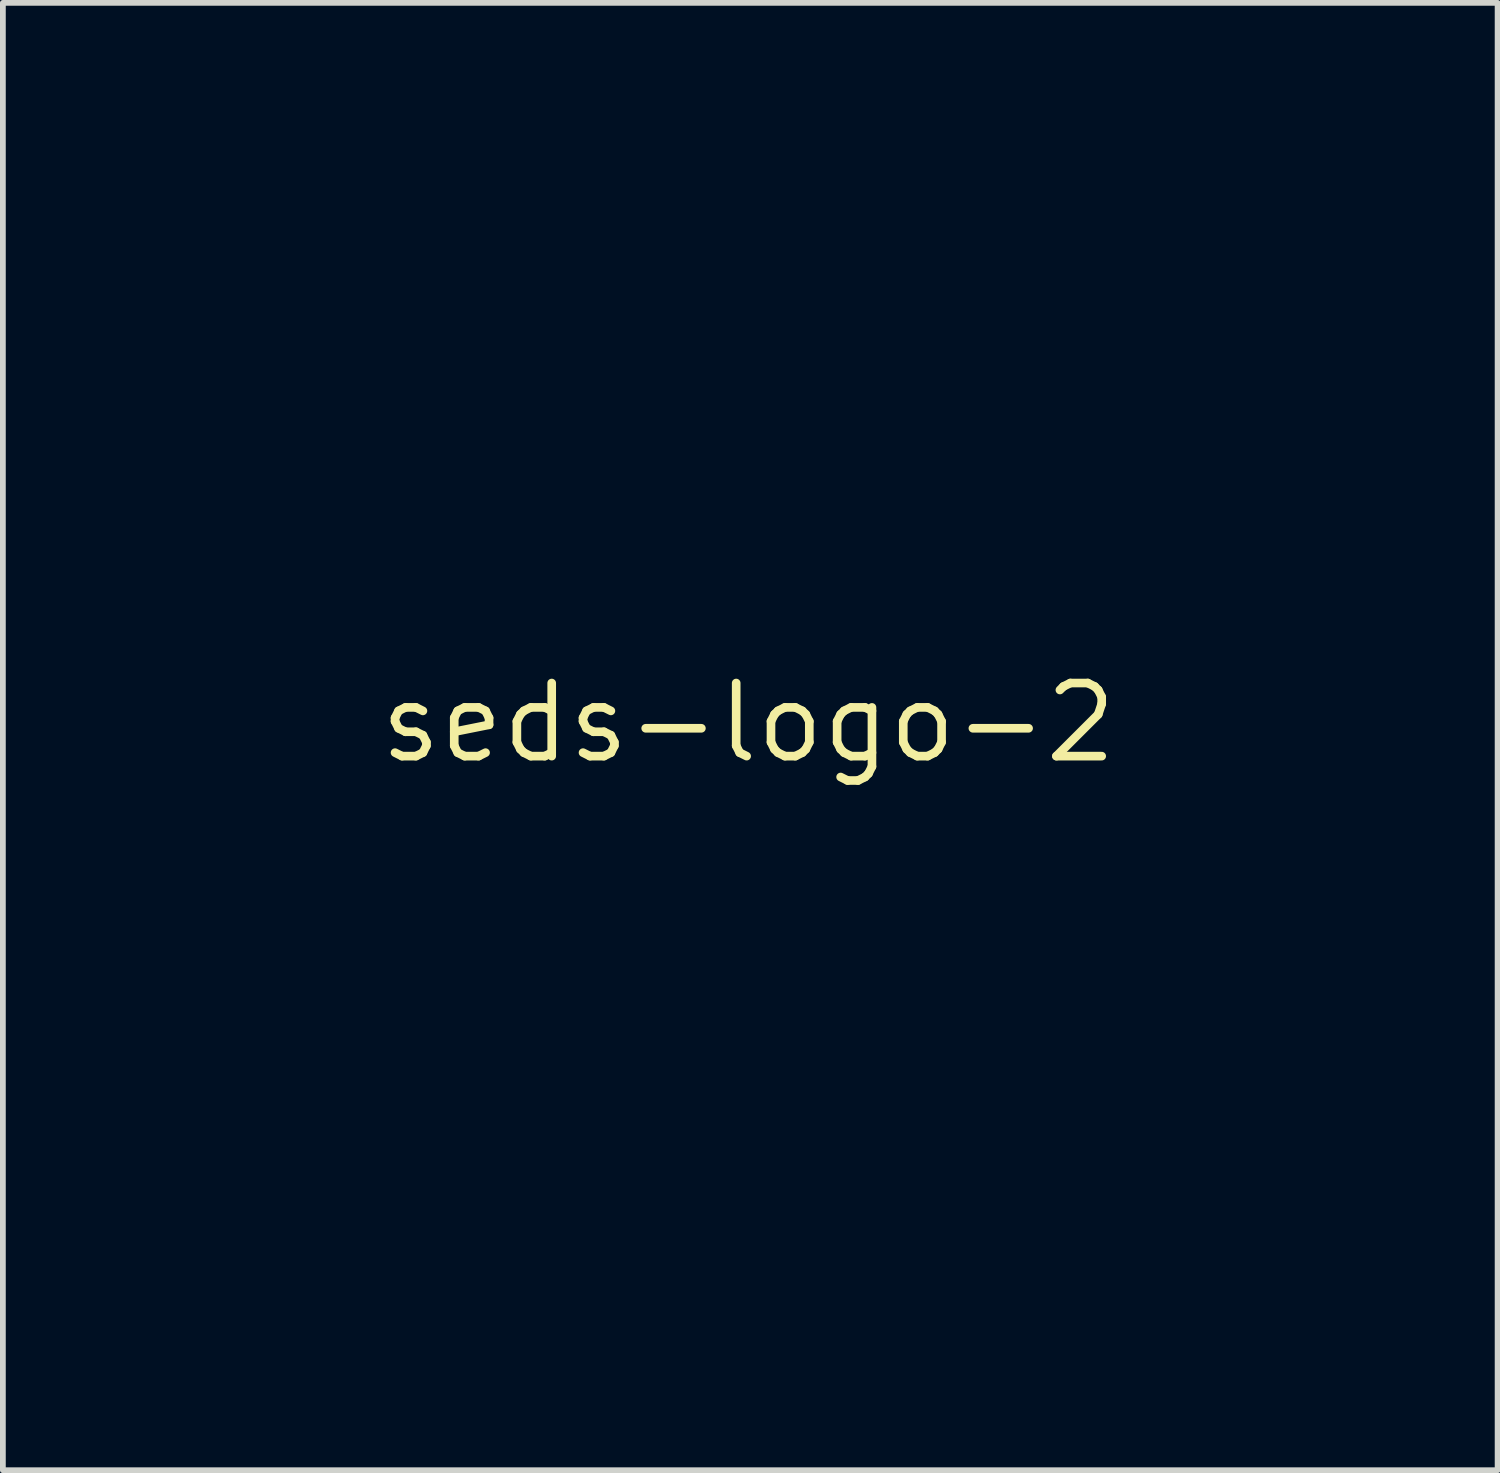
<source format=kicad_pcb>
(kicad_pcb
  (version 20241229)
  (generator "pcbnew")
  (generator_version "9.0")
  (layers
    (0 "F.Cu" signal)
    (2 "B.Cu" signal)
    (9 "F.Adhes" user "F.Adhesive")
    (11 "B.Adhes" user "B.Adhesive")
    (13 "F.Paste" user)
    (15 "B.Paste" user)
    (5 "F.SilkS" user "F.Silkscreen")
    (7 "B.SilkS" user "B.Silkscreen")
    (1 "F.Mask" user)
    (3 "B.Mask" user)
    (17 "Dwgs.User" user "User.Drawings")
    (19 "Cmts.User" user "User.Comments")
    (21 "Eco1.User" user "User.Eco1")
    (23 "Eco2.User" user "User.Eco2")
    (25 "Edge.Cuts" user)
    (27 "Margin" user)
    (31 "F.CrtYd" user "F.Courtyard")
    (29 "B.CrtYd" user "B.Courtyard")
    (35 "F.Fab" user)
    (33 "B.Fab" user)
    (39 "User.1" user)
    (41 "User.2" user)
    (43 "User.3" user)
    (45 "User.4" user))
  (footprint "seds-logo-2"
    (layer "F.Cu")
    (at 9.952 9.507)
    (property "Reference" "seds-logo-2" (at 0 0 0) (layer "F.SilkS") (effects (font (size 1.27 1.27) (thickness 0.15))))
    (attr through_hole)
    (fp_poly (pts (xy 6.135 3.359) (xy 6.151 3.366) (xy 6.231 3.426) (xy 6.283 3.508) (xy 6.305 3.603) (xy 6.299 3.703) (xy 6.263 3.798) (xy 6.199 3.879) (xy 6.152 3.914) (xy 6.076 3.947) (xy 5.983 3.967) (xy 5.895 3.971) (xy 5.853 3.965) (xy 5.758 3.919) (xy 5.692 3.843) (xy 5.657 3.739) (xy 5.652 3.666) (xy 5.67 3.551) (xy 5.726 3.457) (xy 5.819 3.383) (xy 5.841 3.371) (xy 5.943 3.332) (xy 6.036 3.328) (xy 6.135 3.359)) (stroke (width 0.01) (type solid)) (fill yes) (layer "F.Mask"))
    (fp_poly (pts (xy -2.079 -7.511) (xy -2.027 -7.497) (xy -1.982 -7.469) (xy -1.968 -7.456) (xy -1.906 -7.375) (xy -1.877 -7.282) (xy -1.88 -7.184) (xy -1.91 -7.088) (xy -1.964 -7.003) (xy -2.04 -6.935) (xy -2.132 -6.892) (xy -2.22 -6.881) (xy -2.289 -6.885) (xy -2.347 -6.895) (xy -2.36 -6.899) (xy -2.44 -6.954) (xy -2.492 -7.04) (xy -2.514 -7.149) (xy -2.516 -7.228) (xy -2.506 -7.284) (xy -2.479 -7.335) (xy -2.473 -7.344) (xy -2.391 -7.437) (xy -2.296 -7.492) (xy -2.181 -7.514) (xy -2.156 -7.514) (xy -2.079 -7.511)) (stroke (width 0.01) (type solid)) (fill yes) (layer "F.Mask"))
    (fp_poly (pts (xy 3.425 -3.835) (xy 3.476 -3.796) (xy 3.546 -3.734) (xy 3.631 -3.656) (xy 3.726 -3.564) (xy 3.828 -3.465) (xy 3.93 -3.362) (xy 4.029 -3.26) (xy 4.12 -3.164) (xy 4.199 -3.078) (xy 4.26 -3.007) (xy 4.3 -2.955) (xy 4.314 -2.927) (xy 4.314 -2.926) (xy 4.302 -2.901) (xy 4.274 -2.877) (xy 4.222 -2.853) (xy 4.142 -2.823) (xy 4.029 -2.788) (xy 3.857 -2.735) (xy 3.544 -3.05) (xy 3.23 -3.364) (xy 3.257 -3.497) (xy 3.292 -3.645) (xy 3.326 -3.752) (xy 3.36 -3.819) (xy 3.395 -3.847) (xy 3.398 -3.848) (xy 3.425 -3.835)) (stroke (width 0.01) (type solid)) (fill yes) (layer "F.Mask"))
    (fp_poly (pts (xy -1.968 2.983) (xy -1.895 2.999) (xy -1.84 3.026) (xy -1.784 3.076) (xy -1.766 3.094) (xy -1.693 3.195) (xy -1.658 3.303) (xy -1.658 3.429) (xy -1.662 3.453) (xy -1.691 3.532) (xy -1.748 3.617) (xy -1.821 3.694) (xy -1.898 3.75) (xy -1.92 3.76) (xy -2.003 3.781) (xy -2.102 3.787) (xy -2.199 3.778) (xy -2.275 3.754) (xy -2.275 3.754) (xy -2.361 3.699) (xy -2.419 3.636) (xy -2.458 3.567) (xy -2.492 3.444) (xy -2.487 3.32) (xy -2.445 3.203) (xy -2.368 3.1) (xy -2.339 3.075) (xy -2.225 3.006) (xy -2.096 2.976) (xy -1.968 2.983)) (stroke (width 0.01) (type solid)) (fill yes) (layer "F.Mask"))
    (fp_poly (pts (xy -2.899 -5.668) (xy -2.792 -5.649) (xy -2.673 -5.594) (xy -2.582 -5.514) (xy -2.52 -5.416) (xy -2.486 -5.304) (xy -2.48 -5.184) (xy -2.502 -5.062) (xy -2.551 -4.944) (xy -2.628 -4.835) (xy -2.731 -4.742) (xy -2.844 -4.676) (xy -2.922 -4.653) (xy -3.023 -4.639) (xy -3.133 -4.635) (xy -3.238 -4.642) (xy -3.323 -4.658) (xy -3.355 -4.671) (xy -3.47 -4.752) (xy -3.552 -4.852) (xy -3.601 -4.966) (xy -3.617 -5.088) (xy -3.602 -5.213) (xy -3.556 -5.335) (xy -3.48 -5.449) (xy -3.374 -5.548) (xy -3.239 -5.628) (xy -3.235 -5.63) (xy -3.139 -5.659) (xy -3.021 -5.672) (xy -2.899 -5.668)) (stroke (width 0.01) (type solid)) (fill yes) (layer "F.Mask"))
    (fp_poly (pts (xy 7.297 0.888) (xy 7.406 0.918) (xy 7.507 0.975) (xy 7.587 1.039) (xy 7.676 1.144) (xy 7.741 1.275) (xy 7.777 1.422) (xy 7.784 1.576) (xy 7.759 1.724) (xy 7.704 1.845) (xy 7.618 1.956) (xy 7.512 2.045) (xy 7.394 2.102) (xy 7.386 2.104) (xy 7.26 2.13) (xy 7.133 2.134) (xy 7.024 2.117) (xy 7.022 2.117) (xy 6.911 2.065) (xy 6.802 1.983) (xy 6.707 1.881) (xy 6.637 1.769) (xy 6.616 1.72) (xy 6.584 1.57) (xy 6.586 1.417) (xy 6.619 1.269) (xy 6.682 1.137) (xy 6.757 1.044) (xy 6.848 0.965) (xy 6.93 0.915) (xy 7.02 0.889) (xy 7.131 0.879) (xy 7.165 0.879) (xy 7.297 0.888)) (stroke (width 0.01) (type solid)) (fill yes) (layer "F.Mask"))
    (fp_poly (pts (xy 1.052 1.042) (xy 1.212 1.048) (xy 1.337 1.055) (xy 1.432 1.065) (xy 1.504 1.081) (xy 1.561 1.104) (xy 1.608 1.135) (xy 1.652 1.176) (xy 1.675 1.2) (xy 1.743 1.304) (xy 1.783 1.426) (xy 1.794 1.555) (xy 1.778 1.682) (xy 1.734 1.799) (xy 1.664 1.896) (xy 1.611 1.941) (xy 1.549 1.977) (xy 1.481 2.004) (xy 1.399 2.023) (xy 1.293 2.036) (xy 1.155 2.046) (xy 1.138 2.047) (xy 0.889 2.059) (xy 0.889 2.298) (xy 0.886 2.444) (xy 0.874 2.552) (xy 0.851 2.628) (xy 0.816 2.676) (xy 0.766 2.701) (xy 0.703 2.709) (xy 0.63 2.692) (xy 0.581 2.653) (xy 0.529 2.597) (xy 0.529 1.312) (xy 0.889 1.312) (xy 0.889 1.799) (xy 1.042 1.787) (xy 1.132 1.777) (xy 1.216 1.765) (xy 1.274 1.754) (xy 1.358 1.714) (xy 1.413 1.648) (xy 1.438 1.564) (xy 1.429 1.471) (xy 1.408 1.419) (xy 1.371 1.372) (xy 1.312 1.339) (xy 1.226 1.32) (xy 1.107 1.313) (xy 1.066 1.312) (xy 0.889 1.312) (xy 0.529 1.312) (xy 0.529 1.151) (xy 0.592 1.091) (xy 0.654 1.031) (xy 1.052 1.042)) (stroke (width 0.01) (type solid)) (fill yes) (layer "F.Mask"))
    (fp_poly (pts (xy -1.956 -2.518) (xy -1.82 -2.512) (xy -1.713 -2.502) (xy -1.628 -2.485) (xy -1.559 -2.458) (xy -1.499 -2.422) (xy -1.441 -2.374) (xy -1.408 -2.342) (xy -1.318 -2.235) (xy -1.255 -2.117) (xy -1.214 -1.979) (xy -1.192 -1.812) (xy -1.191 -1.784) (xy -1.193 -1.571) (xy -1.225 -1.383) (xy -1.286 -1.221) (xy -1.375 -1.088) (xy -1.49 -0.986) (xy -1.548 -0.952) (xy -1.625 -0.924) (xy -1.737 -0.901) (xy -1.872 -0.884) (xy -2.023 -0.874) (xy -2.181 -0.871) (xy -2.336 -0.875) (xy -2.44 -0.883) (xy -2.478 -0.888) (xy -2.508 -0.896) (xy -2.533 -0.911) (xy -2.551 -0.938) (xy -2.565 -0.98) (xy -2.575 -1.041) (xy -2.582 -1.126) (xy -2.583 -1.164) (xy -2.244 -1.164) (xy -2.04 -1.164) (xy -1.919 -1.167) (xy -1.831 -1.178) (xy -1.768 -1.197) (xy -1.763 -1.199) (xy -1.678 -1.263) (xy -1.612 -1.36) (xy -1.566 -1.488) (xy -1.543 -1.642) (xy -1.541 -1.714) (xy -1.553 -1.882) (xy -1.59 -2.017) (xy -1.654 -2.119) (xy -1.744 -2.189) (xy -1.862 -2.227) (xy -1.899 -2.232) (xy -1.991 -2.242) (xy -2.091 -2.252) (xy -2.127 -2.256) (xy -2.244 -2.268) (xy -2.244 -1.164) (xy -2.583 -1.164) (xy -2.585 -1.238) (xy -2.587 -1.381) (xy -2.587 -1.56) (xy -2.587 -1.717) (xy -2.586 -1.913) (xy -2.585 -2.07) (xy -2.584 -2.194) (xy -2.581 -2.289) (xy -2.578 -2.359) (xy -2.573 -2.408) (xy -2.567 -2.442) (xy -2.559 -2.463) (xy -2.549 -2.478) (xy -2.549 -2.479) (xy -2.533 -2.493) (xy -2.51 -2.503) (xy -2.474 -2.511) (xy -2.419 -2.515) (xy -2.338 -2.518) (xy -2.226 -2.519) (xy -2.128 -2.519) (xy -1.956 -2.518)) (stroke (width 0.01) (type solid)) (fill yes) (layer "F.Mask"))
    (fp_poly (pts (xy 4.89 1.038) (xy 4.932 1.074) (xy 4.945 1.092) (xy 4.956 1.113) (xy 4.963 1.14) (xy 4.969 1.181) (xy 4.972 1.238) (xy 4.973 1.319) (xy 4.973 1.427) (xy 4.972 1.569) (xy 4.97 1.703) (xy 4.964 2.275) (xy 4.903 2.399) (xy 4.82 2.524) (xy 4.71 2.616) (xy 4.577 2.675) (xy 4.531 2.685) (xy 4.399 2.708) (xy 4.299 2.718) (xy 4.221 2.718) (xy 4.202 2.717) (xy 4.021 2.68) (xy 3.87 2.619) (xy 3.752 2.533) (xy 3.667 2.423) (xy 3.66 2.41) (xy 3.633 2.331) (xy 3.611 2.214) (xy 3.594 2.062) (xy 3.584 1.879) (xy 3.58 1.669) (xy 3.58 1.609) (xy 3.582 1.429) (xy 3.589 1.289) (xy 3.599 1.183) (xy 3.615 1.108) (xy 3.636 1.062) (xy 3.651 1.045) (xy 3.712 1.021) (xy 3.788 1.017) (xy 3.841 1.029) (xy 3.864 1.042) (xy 3.882 1.063) (xy 3.897 1.098) (xy 3.909 1.151) (xy 3.918 1.226) (xy 3.925 1.328) (xy 3.93 1.463) (xy 3.936 1.633) (xy 3.937 1.685) (xy 3.942 1.853) (xy 3.946 1.985) (xy 3.95 2.085) (xy 3.956 2.158) (xy 3.962 2.211) (xy 3.97 2.248) (xy 3.98 2.275) (xy 3.993 2.297) (xy 3.997 2.302) (xy 4.074 2.376) (xy 4.178 2.421) (xy 4.286 2.434) (xy 4.408 2.418) (xy 4.503 2.369) (xy 4.571 2.288) (xy 4.576 2.279) (xy 4.589 2.249) (xy 4.6 2.215) (xy 4.609 2.172) (xy 4.615 2.114) (xy 4.621 2.035) (xy 4.625 1.93) (xy 4.63 1.793) (xy 4.634 1.648) (xy 4.638 1.48) (xy 4.642 1.35) (xy 4.647 1.251) (xy 4.652 1.18) (xy 4.659 1.129) (xy 4.667 1.096) (xy 4.677 1.074) (xy 4.687 1.06) (xy 4.747 1.022) (xy 4.82 1.015) (xy 4.89 1.038)) (stroke (width 0.01) (type solid)) (fill yes) (layer "F.Mask"))
    (fp_poly (pts (xy 3.05 -3.099) (xy 3.077 -3.086) (xy 3.113 -3.057) (xy 3.163 -3.009) (xy 3.231 -2.938) (xy 3.32 -2.841) (xy 3.38 -2.775) (xy 3.463 -2.682) (xy 3.519 -2.614) (xy 3.554 -2.564) (xy 3.571 -2.528) (xy 3.573 -2.5) (xy 3.565 -2.485) (xy 3.544 -2.459) (xy 3.508 -2.419) (xy 3.455 -2.366) (xy 3.384 -2.296) (xy 3.294 -2.21) (xy 3.182 -2.106) (xy 3.049 -1.982) (xy 2.892 -1.837) (xy 2.71 -1.671) (xy 2.502 -1.48) (xy 2.265 -1.265) (xy 2 -1.024) (xy 1.82 -0.861) (xy 1.458 -0.532) (xy 1.125 -0.23) (xy 0.821 0.046) (xy 0.544 0.296) (xy 0.293 0.523) (xy 0.068 0.727) (xy -0.134 0.91) (xy -0.314 1.072) (xy -0.473 1.215) (xy -0.613 1.341) (xy -0.734 1.449) (xy -0.838 1.542) (xy -0.926 1.62) (xy -1 1.685) (xy -1.061 1.737) (xy -1.11 1.779) (xy -1.149 1.811) (xy -1.178 1.834) (xy -1.2 1.849) (xy -1.215 1.858) (xy -1.224 1.862) (xy -1.227 1.863) (xy -1.254 1.85) (xy -1.256 1.849) (xy -1.264 1.84) (xy -1.269 1.83) (xy -1.27 1.817) (xy -1.266 1.8) (xy -1.254 1.776) (xy -1.234 1.745) (xy -1.205 1.703) (xy -1.163 1.649) (xy -1.109 1.581) (xy -1.04 1.499) (xy -0.956 1.399) (xy -0.854 1.28) (xy -0.733 1.14) (xy -0.592 0.978) (xy -0.43 0.791) (xy -0.244 0.578) (xy -0.034 0.337) (xy 0.203 0.067) (xy 0.252 0.011) (xy 0.617 -0.406) (xy 0.955 -0.791) (xy 1.265 -1.145) (xy 1.549 -1.467) (xy 1.806 -1.76) (xy 2.038 -2.022) (xy 2.244 -2.254) (xy 2.424 -2.458) (xy 2.58 -2.632) (xy 2.712 -2.778) (xy 2.819 -2.895) (xy 2.902 -2.985) (xy 2.961 -3.048) (xy 2.998 -3.083) (xy 3.009 -3.092) (xy 3.029 -3.1) (xy 3.05 -3.099)) (stroke (width 0.01) (type solid)) (fill yes) (layer "F.Mask"))
    (fp_poly (pts (xy -3.194 -2.518) (xy -3.098 -2.517) (xy -3.029 -2.514) (xy -2.981 -2.51) (xy -2.951 -2.503) (xy -2.932 -2.494) (xy -2.919 -2.482) (xy -2.912 -2.472) (xy -2.882 -2.403) (xy -2.889 -2.34) (xy -2.926 -2.298) (xy -2.95 -2.286) (xy -2.987 -2.277) (xy -3.044 -2.271) (xy -3.126 -2.267) (xy -3.238 -2.265) (xy -3.37 -2.265) (xy -3.768 -2.265) (xy -3.768 -1.884) (xy -3.667 -1.881) (xy -3.607 -1.879) (xy -3.517 -1.876) (xy -3.408 -1.871) (xy -3.293 -1.866) (xy -3.282 -1.865) (xy -3.167 -1.86) (xy -3.087 -1.854) (xy -3.035 -1.848) (xy -3.003 -1.838) (xy -2.983 -1.823) (xy -2.969 -1.802) (xy -2.964 -1.794) (xy -2.944 -1.748) (xy -2.948 -1.71) (xy -2.964 -1.677) (xy -2.997 -1.619) (xy -3.382 -1.613) (xy -3.768 -1.608) (xy -3.768 -1.171) (xy -3.351 -1.157) (xy -3.203 -1.151) (xy -3.092 -1.146) (xy -3.011 -1.139) (xy -2.956 -1.132) (xy -2.92 -1.122) (xy -2.898 -1.11) (xy -2.896 -1.108) (xy -2.863 -1.053) (xy -2.863 -0.987) (xy -2.893 -0.928) (xy -2.902 -0.919) (xy -2.92 -0.905) (xy -2.944 -0.895) (xy -2.979 -0.888) (xy -3.032 -0.883) (xy -3.109 -0.88) (xy -3.214 -0.878) (xy -3.355 -0.876) (xy -3.405 -0.876) (xy -3.546 -0.876) (xy -3.678 -0.876) (xy -3.792 -0.878) (xy -3.883 -0.879) (xy -3.941 -0.882) (xy -3.951 -0.883) (xy -3.993 -0.887) (xy -4.027 -0.894) (xy -4.055 -0.907) (xy -4.076 -0.93) (xy -4.092 -0.968) (xy -4.103 -1.024) (xy -4.111 -1.102) (xy -4.116 -1.207) (xy -4.119 -1.342) (xy -4.121 -1.512) (xy -4.123 -1.707) (xy -4.129 -2.437) (xy -4.081 -2.477) (xy -4.063 -2.489) (xy -4.04 -2.499) (xy -4.007 -2.506) (xy -3.959 -2.511) (xy -3.889 -2.515) (xy -3.793 -2.517) (xy -3.665 -2.518) (xy -3.501 -2.518) (xy -3.488 -2.518) (xy -3.323 -2.518) (xy -3.194 -2.518)) (stroke (width 0.01) (type solid)) (fill yes) (layer "F.Mask"))
    (fp_poly (pts (xy -0.148 -2.542) (xy -0.007 -2.503) (xy 0.113 -2.441) (xy 0.206 -2.357) (xy 0.263 -2.262) (xy 0.284 -2.174) (xy 0.274 -2.097) (xy 0.242 -2.037) (xy 0.193 -2) (xy 0.134 -1.989) (xy 0.071 -2.009) (xy 0.01 -2.066) (xy 0.008 -2.069) (xy -0.081 -2.179) (xy -0.161 -2.253) (xy -0.24 -2.294) (xy -0.323 -2.307) (xy -0.402 -2.297) (xy -0.474 -2.268) (xy -0.537 -2.221) (xy -0.58 -2.167) (xy -0.593 -2.124) (xy -0.582 -2.077) (xy -0.548 -2.034) (xy -0.485 -1.992) (xy -0.39 -1.95) (xy -0.258 -1.905) (xy -0.229 -1.896) (xy -0.071 -1.845) (xy 0.05 -1.8) (xy 0.142 -1.757) (xy 0.211 -1.713) (xy 0.261 -1.667) (xy 0.287 -1.632) (xy 0.333 -1.531) (xy 0.355 -1.409) (xy 0.351 -1.285) (xy 0.34 -1.232) (xy 0.298 -1.14) (xy 0.229 -1.047) (xy 0.144 -0.969) (xy 0.086 -0.932) (xy -0.042 -0.885) (xy -0.193 -0.857) (xy -0.349 -0.85) (xy -0.496 -0.866) (xy -0.514 -0.87) (xy -0.588 -0.893) (xy -0.664 -0.925) (xy -0.672 -0.929) (xy -0.764 -0.99) (xy -0.839 -1.064) (xy -0.897 -1.147) (xy -0.934 -1.232) (xy -0.951 -1.313) (xy -0.945 -1.385) (xy -0.916 -1.44) (xy -0.861 -1.474) (xy -0.806 -1.482) (xy -0.748 -1.475) (xy -0.702 -1.45) (xy -0.661 -1.399) (xy -0.618 -1.323) (xy -0.547 -1.216) (xy -0.462 -1.148) (xy -0.387 -1.123) (xy -0.262 -1.119) (xy -0.15 -1.147) (xy -0.057 -1.206) (xy -0.001 -1.276) (xy 0.018 -1.317) (xy 0.016 -1.355) (xy -0.005 -1.405) (xy -0.03 -1.449) (xy -0.064 -1.483) (xy -0.114 -1.514) (xy -0.188 -1.543) (xy -0.291 -1.576) (xy -0.36 -1.596) (xy -0.525 -1.647) (xy -0.653 -1.699) (xy -0.75 -1.753) (xy -0.821 -1.814) (xy -0.848 -1.847) (xy -0.882 -1.9) (xy -0.901 -1.949) (xy -0.909 -2.012) (xy -0.91 -2.079) (xy -0.903 -2.192) (xy -0.88 -2.278) (xy -0.834 -2.349) (xy -0.79 -2.395) (xy -0.708 -2.458) (xy -0.613 -2.503) (xy -0.492 -2.535) (xy -0.466 -2.54) (xy -0.303 -2.555) (xy -0.148 -2.542)) (stroke (width 0.01) (type solid)) (fill yes) (layer "F.Mask"))
    (fp_poly (pts (xy -4.921 -2.543) (xy -4.813 -2.526) (xy -4.723 -2.492) (xy -4.642 -2.44) (xy -4.592 -2.397) (xy -4.532 -2.338) (xy -4.497 -2.292) (xy -4.479 -2.243) (xy -4.472 -2.195) (xy -4.468 -2.127) (xy -4.479 -2.083) (xy -4.508 -2.043) (xy -4.509 -2.042) (xy -4.564 -1.998) (xy -4.618 -1.988) (xy -4.676 -2.013) (xy -4.742 -2.075) (xy -4.784 -2.125) (xy -4.872 -2.223) (xy -4.956 -2.283) (xy -5.043 -2.306) (xy -5.139 -2.296) (xy -5.207 -2.273) (xy -5.284 -2.23) (xy -5.324 -2.175) (xy -5.334 -2.111) (xy -5.329 -2.075) (xy -5.309 -2.043) (xy -5.27 -2.013) (xy -5.207 -1.981) (xy -5.114 -1.944) (xy -4.987 -1.9) (xy -4.946 -1.886) (xy -4.78 -1.829) (xy -4.65 -1.775) (xy -4.553 -1.722) (xy -4.485 -1.665) (xy -4.44 -1.6) (xy -4.414 -1.522) (xy -4.404 -1.428) (xy -4.403 -1.377) (xy -4.419 -1.227) (xy -4.469 -1.103) (xy -4.553 -1.003) (xy -4.671 -0.928) (xy -4.718 -0.909) (xy -4.796 -0.887) (xy -4.896 -0.869) (xy -5.003 -0.857) (xy -5.105 -0.852) (xy -5.187 -0.855) (xy -5.218 -0.86) (xy -5.267 -0.873) (xy -5.33 -0.889) (xy -5.336 -0.891) (xy -5.41 -0.924) (xy -5.493 -0.983) (xy -5.571 -1.057) (xy -5.634 -1.134) (xy -5.652 -1.166) (xy -5.685 -1.258) (xy -5.692 -1.343) (xy -5.673 -1.414) (xy -5.631 -1.463) (xy -5.569 -1.482) (xy -5.567 -1.482) (xy -5.507 -1.477) (xy -5.462 -1.457) (xy -5.423 -1.415) (xy -5.38 -1.343) (xy -5.373 -1.331) (xy -5.306 -1.227) (xy -5.232 -1.161) (xy -5.143 -1.127) (xy -5.048 -1.119) (xy -4.928 -1.133) (xy -4.835 -1.172) (xy -4.771 -1.232) (xy -4.743 -1.31) (xy -4.741 -1.333) (xy -4.748 -1.389) (xy -4.773 -1.436) (xy -4.819 -1.478) (xy -4.892 -1.519) (xy -4.997 -1.56) (xy -5.134 -1.606) (xy -5.274 -1.653) (xy -5.39 -1.699) (xy -5.475 -1.741) (xy -5.501 -1.758) (xy -5.591 -1.846) (xy -5.647 -1.952) (xy -5.67 -2.068) (xy -5.659 -2.186) (xy -5.616 -2.298) (xy -5.541 -2.395) (xy -5.482 -2.442) (xy -5.379 -2.498) (xy -5.267 -2.532) (xy -5.133 -2.547) (xy -5.059 -2.548) (xy -4.921 -2.543)) (stroke (width 0.01) (type solid)) (fill yes) (layer "F.Mask"))
    (fp_poly (pts (xy 2.753 1.027) (xy 2.828 1.03) (xy 2.884 1.038) (xy 2.93 1.053) (xy 2.977 1.075) (xy 3.004 1.09) (xy 3.093 1.153) (xy 3.167 1.231) (xy 3.218 1.315) (xy 3.238 1.393) (xy 3.239 1.398) (xy 3.22 1.474) (xy 3.172 1.532) (xy 3.105 1.564) (xy 3.079 1.566) (xy 3.036 1.562) (xy 3.001 1.543) (xy 2.961 1.503) (xy 2.922 1.451) (xy 2.855 1.367) (xy 2.799 1.313) (xy 2.742 1.283) (xy 2.675 1.271) (xy 2.629 1.27) (xy 2.521 1.282) (xy 2.434 1.314) (xy 2.377 1.365) (xy 2.371 1.375) (xy 2.351 1.428) (xy 2.354 1.475) (xy 2.384 1.519) (xy 2.444 1.561) (xy 2.537 1.604) (xy 2.667 1.652) (xy 2.754 1.68) (xy 2.868 1.718) (xy 2.974 1.757) (xy 3.062 1.792) (xy 3.122 1.821) (xy 3.136 1.83) (xy 3.22 1.912) (xy 3.276 2.022) (xy 3.3 2.154) (xy 3.302 2.192) (xy 3.284 2.337) (xy 3.231 2.458) (xy 3.143 2.558) (xy 3.018 2.638) (xy 2.995 2.649) (xy 2.9 2.678) (xy 2.779 2.698) (xy 2.645 2.706) (xy 2.514 2.702) (xy 2.4 2.686) (xy 2.363 2.676) (xy 2.263 2.628) (xy 2.161 2.544) (xy 2.15 2.533) (xy 2.07 2.438) (xy 2.019 2.343) (xy 1.998 2.254) (xy 2.007 2.177) (xy 2.046 2.118) (xy 2.1 2.087) (xy 2.166 2.078) (xy 2.225 2.103) (xy 2.283 2.165) (xy 2.329 2.242) (xy 2.405 2.35) (xy 2.498 2.42) (xy 2.609 2.452) (xy 2.658 2.455) (xy 2.752 2.44) (xy 2.837 2.401) (xy 2.905 2.345) (xy 2.948 2.279) (xy 2.958 2.209) (xy 2.955 2.194) (xy 2.934 2.143) (xy 2.894 2.1) (xy 2.831 2.059) (xy 2.738 2.019) (xy 2.61 1.976) (xy 2.566 1.962) (xy 2.394 1.905) (xy 2.261 1.846) (xy 2.162 1.782) (xy 2.094 1.709) (xy 2.053 1.624) (xy 2.034 1.523) (xy 2.032 1.47) (xy 2.05 1.338) (xy 2.103 1.229) (xy 2.193 1.139) (xy 2.282 1.086) (xy 2.338 1.06) (xy 2.389 1.043) (xy 2.444 1.033) (xy 2.516 1.028) (xy 2.616 1.027) (xy 2.646 1.027) (xy 2.753 1.027)) (stroke (width 0.01) (type solid)) (fill yes) (layer "F.Mask"))
    (fp_poly (pts (xy 9.987 -9.497) (xy 10.005 -9.477) (xy 10.011 -9.442) (xy 10.012 -9.405) (xy 10.001 -9.31) (xy 9.971 -9.183) (xy 9.921 -9.027) (xy 9.854 -8.847) (xy 9.772 -8.646) (xy 9.675 -8.427) (xy 9.566 -8.196) (xy 9.522 -8.107) (xy 9.382 -7.834) (xy 9.247 -7.585) (xy 9.109 -7.349) (xy 8.96 -7.113) (xy 8.794 -6.864) (xy 8.706 -6.737) (xy 8.473 -6.418) (xy 8.22 -6.101) (xy 7.954 -5.792) (xy 7.681 -5.498) (xy 7.406 -5.225) (xy 7.136 -4.979) (xy 6.897 -4.783) (xy 6.705 -4.635) (xy 6.709 -4.003) (xy 6.712 -3.372) (xy 6.282 -2.959) (xy 6.167 -2.848) (xy 6.057 -2.744) (xy 5.958 -2.65) (xy 5.876 -2.572) (xy 5.813 -2.514) (xy 5.777 -2.48) (xy 5.776 -2.48) (xy 5.728 -2.44) (xy 5.699 -2.426) (xy 5.675 -2.434) (xy 5.656 -2.45) (xy 5.632 -2.487) (xy 5.599 -2.564) (xy 5.557 -2.683) (xy 5.504 -2.843) (xy 5.47 -2.954) (xy 5.326 -3.422) (xy 5.03 -3.245) (xy 4.93 -3.186) (xy 4.842 -3.135) (xy 4.774 -3.097) (xy 4.731 -3.074) (xy 4.72 -3.069) (xy 4.7 -3.083) (xy 4.655 -3.123) (xy 4.588 -3.185) (xy 4.503 -3.265) (xy 4.404 -3.359) (xy 4.296 -3.463) (xy 4.181 -3.573) (xy 4.066 -3.685) (xy 3.953 -3.795) (xy 3.846 -3.899) (xy 3.75 -3.994) (xy 3.669 -4.075) (xy 3.607 -4.138) (xy 3.568 -4.18) (xy 3.558 -4.192) (xy 3.507 -4.261) (xy 3.658 -4.564) (xy 3.809 -4.866) (xy 3.645 -4.901) (xy 3.444 -4.945) (xy 3.281 -4.982) (xy 3.152 -5.011) (xy 3.054 -5.035) (xy 2.981 -5.055) (xy 2.932 -5.071) (xy 2.902 -5.084) (xy 2.887 -5.095) (xy 2.884 -5.101) (xy 2.887 -5.118) (xy 2.902 -5.145) (xy 2.931 -5.186) (xy 2.976 -5.242) (xy 3.039 -5.317) (xy 3.124 -5.412) (xy 3.23 -5.531) (xy 3.362 -5.675) (xy 3.503 -5.829) (xy 3.863 -6.221) (xy 4.521 -6.222) (xy 5.179 -6.223) (xy 5.299 -6.402) (xy 5.469 -6.635) (xy 5.675 -6.879) (xy 5.914 -7.13) (xy 6.18 -7.384) (xy 6.471 -7.639) (xy 6.783 -7.889) (xy 7.111 -8.132) (xy 7.428 -8.349) (xy 7.744 -8.548) (xy 8.072 -8.737) (xy 8.403 -8.913) (xy 8.733 -9.074) (xy 9.053 -9.215) (xy 9.357 -9.334) (xy 9.639 -9.427) (xy 9.684 -9.439) (xy 9.806 -9.473) (xy 9.893 -9.494) (xy 9.952 -9.502) (xy 9.987 -9.497)) (stroke (width 0.01) (type solid)) (fill yes) (layer "F.Mask"))
    (fp_poly (pts (xy -2.46 -8.799) (xy -2.456 -8.792) (xy -2.473 -8.772) (xy -2.517 -8.739) (xy -2.567 -8.706) (xy -2.68 -8.631) (xy -2.816 -8.529) (xy -2.969 -8.404) (xy -3.136 -8.262) (xy -3.311 -8.107) (xy -3.488 -7.943) (xy -3.663 -7.775) (xy -3.831 -7.609) (xy -3.986 -7.447) (xy -4.122 -7.297) (xy -4.351 -7.026) (xy -4.568 -6.746) (xy -4.772 -6.461) (xy -4.958 -6.178) (xy -5.124 -5.902) (xy -5.266 -5.637) (xy -5.381 -5.389) (xy -5.449 -5.21) (xy -5.509 -5.034) (xy -5.349 -4.872) (xy -5.202 -4.705) (xy -5.093 -4.538) (xy -5.018 -4.364) (xy -4.973 -4.176) (xy -4.964 -4.096) (xy -4.964 -3.886) (xy -5.004 -3.685) (xy -5.082 -3.495) (xy -5.193 -3.322) (xy -5.336 -3.17) (xy -5.509 -3.043) (xy -5.609 -2.989) (xy -5.702 -2.947) (xy -5.794 -2.909) (xy -5.869 -2.883) (xy -5.889 -2.878) (xy -5.952 -2.858) (xy -5.999 -2.836) (xy -6.011 -2.826) (xy -6.031 -2.781) (xy -6.05 -2.697) (xy -6.068 -2.578) (xy -6.083 -2.43) (xy -6.096 -2.255) (xy -6.105 -2.059) (xy -6.111 -1.859) (xy -6.114 -1.583) (xy -6.109 -1.342) (xy -6.096 -1.129) (xy -6.073 -0.937) (xy -6.041 -0.759) (xy -5.998 -0.588) (xy -5.949 -0.434) (xy -5.919 -0.35) (xy -5.894 -0.297) (xy -5.87 -0.268) (xy -5.841 -0.253) (xy -5.829 -0.25) (xy -5.78 -0.238) (xy -5.704 -0.219) (xy -5.615 -0.198) (xy -5.588 -0.191) (xy -5.484 -0.161) (xy -5.362 -0.116) (xy -5.238 -0.063) (xy -5.186 -0.038) (xy -5.073 0.02) (xy -4.985 0.075) (xy -4.906 0.136) (xy -4.821 0.215) (xy -4.791 0.244) (xy -4.642 0.411) (xy -4.532 0.581) (xy -4.458 0.759) (xy -4.416 0.955) (xy -4.403 1.17) (xy -4.411 1.363) (xy -4.44 1.536) (xy -4.491 1.701) (xy -4.57 1.868) (xy -4.678 2.048) (xy -4.691 2.069) (xy -4.807 2.243) (xy -4.659 2.476) (xy -4.381 2.878) (xy -4.069 3.268) (xy -3.725 3.642) (xy -3.354 3.998) (xy -2.959 4.334) (xy -2.544 4.646) (xy -2.112 4.933) (xy -1.669 5.191) (xy -1.216 5.417) (xy -0.758 5.61) (xy -0.3 5.766) (xy 0.148 5.881) (xy 0.245 5.9) (xy 0.347 5.917) (xy 0.462 5.934) (xy 0.599 5.95) (xy 0.764 5.967) (xy 0.88 5.979) (xy 1.008 5.991) (xy 1.078 5.832) (xy 1.13 5.728) (xy 1.19 5.643) (xy 1.271 5.558) (xy 1.279 5.55) (xy 1.44 5.424) (xy 1.612 5.337) (xy 1.8 5.287) (xy 2.008 5.273) (xy 2.084 5.277) (xy 2.287 5.31) (xy 2.47 5.378) (xy 2.63 5.478) (xy 2.763 5.607) (xy 2.867 5.763) (xy 2.938 5.943) (xy 2.951 5.995) (xy 2.96 6.026) (xy 2.976 6.043) (xy 3.009 6.051) (xy 3.069 6.053) (xy 3.117 6.053) (xy 3.427 6.037) (xy 3.758 5.987) (xy 4.108 5.907) (xy 4.473 5.798) (xy 4.85 5.661) (xy 5.235 5.497) (xy 5.625 5.309) (xy 6.016 5.098) (xy 6.405 4.865) (xy 6.788 4.612) (xy 7.163 4.34) (xy 7.346 4.197) (xy 7.52 4.051) (xy 7.708 3.882) (xy 7.902 3.698) (xy 8.091 3.507) (xy 8.269 3.319) (xy 8.426 3.141) (xy 8.503 3.048) (xy 8.602 2.926) (xy 8.678 2.834) (xy 8.735 2.77) (xy 8.776 2.731) (xy 8.802 2.714) (xy 8.818 2.715) (xy 8.819 2.716) (xy 8.82 2.742) (xy 8.81 2.803) (xy 8.792 2.892) (xy 8.765 3.003) (xy 8.732 3.132) (xy 8.695 3.271) (xy 8.655 3.414) (xy 8.613 3.557) (xy 8.6 3.597) (xy 8.423 4.11) (xy 8.209 4.624) (xy 7.963 5.127) (xy 7.69 5.613) (xy 7.394 6.07) (xy 7.375 6.096) (xy 7.179 6.367) (xy 6.985 6.616) (xy 6.784 6.854) (xy 6.567 7.09) (xy 6.326 7.335) (xy 6.249 7.411) (xy 5.793 7.827) (xy 5.312 8.207) (xy 4.808 8.553) (xy 4.279 8.864) (xy 3.725 9.141) (xy 3.148 9.382) (xy 2.757 9.522) (xy 2.41 9.627) (xy 2.034 9.724) (xy 1.641 9.808) (xy 1.244 9.878) (xy 0.854 9.932) (xy 0.794 9.938) (xy 0.65 9.951) (xy 0.475 9.961) (xy 0.279 9.97) (xy 0.07 9.976) (xy -0.141 9.98) (xy -0.346 9.981) (xy -0.534 9.979) (xy -0.697 9.975) (xy -0.794 9.969) (xy -1.41 9.904) (xy -2.027 9.801) (xy -2.637 9.66) (xy -3.233 9.484) (xy -3.744 9.299) (xy -3.864 9.25) (xy -4.011 9.184) (xy -4.178 9.107) (xy -4.356 9.022) (xy -4.534 8.935) (xy -4.705 8.85) (xy -4.859 8.77) (xy -4.987 8.701) (xy -5.027 8.678) (xy -5.555 8.349) (xy -6.064 7.985) (xy -6.549 7.589) (xy -7.01 7.163) (xy -7.444 6.71) (xy -7.69 6.42) (xy 1.428 6.42) (xy 1.43 6.541) (xy 1.449 6.652) (xy 1.475 6.72) (xy 1.538 6.813) (xy 1.621 6.9) (xy 1.71 6.968) (xy 1.757 6.994) (xy 1.869 7.023) (xy 1.997 7.025) (xy 2.124 7.001) (xy 2.197 6.973) (xy 2.318 6.889) (xy 2.42 6.769) (xy 2.467 6.689) (xy 2.488 6.623) (xy 2.5 6.531) (xy 2.505 6.427) (xy 2.501 6.326) (xy 2.487 6.243) (xy 2.479 6.218) (xy 2.44 6.15) (xy 2.376 6.073) (xy 2.3 6) (xy 2.225 5.943) (xy 2.191 5.924) (xy 2.087 5.894) (xy 1.967 5.886) (xy 1.848 5.899) (xy 1.767 5.924) (xy 1.673 5.984) (xy 1.579 6.07) (xy 1.5 6.17) (xy 1.475 6.212) (xy 1.443 6.305) (xy 1.428 6.42) (xy -7.69 6.42) (xy -7.848 6.233) (xy -8.22 5.733) (xy -8.557 5.215) (xy -8.857 4.679) (xy -8.908 4.577) (xy -9.184 3.982) (xy -9.418 3.378) (xy -9.61 2.768) (xy -9.761 2.15) (xy -9.87 1.527) (xy -9.917 1.124) (xy -6.768 1.124) (xy -6.743 1.303) (xy -6.683 1.477) (xy -6.592 1.641) (xy -6.475 1.787) (xy -6.334 1.909) (xy -6.214 1.98) (xy -6.026 2.053) (xy -5.841 2.084) (xy -5.66 2.072) (xy -5.536 2.039) (xy -5.368 1.959) (xy -5.225 1.848) (xy -5.11 1.711) (xy -5.025 1.553) (xy -4.972 1.38) (xy -4.955 1.196) (xy -4.975 1.007) (xy -4.985 0.964) (xy -5.05 0.786) (xy -5.147 0.627) (xy -5.254 0.504) (xy -5.393 0.386) (xy -5.544 0.3) (xy -5.72 0.24) (xy -5.898 0.215) (xy -6.071 0.23) (xy -6.235 0.28) (xy -6.385 0.363) (xy -6.517 0.476) (xy -6.627 0.616) (xy -6.709 0.78) (xy -6.757 0.949) (xy -6.768 1.124) (xy -9.917 1.124) (xy -9.927 1.037) (xy -9.935 0.906) (xy -9.942 0.741) (xy -9.946 0.552) (xy -9.947 0.347) (xy -9.947 0.135) (xy -9.945 -0.076) (xy -9.94 -0.278) (xy -9.933 -0.461) (xy -9.925 -0.617) (xy -9.917 -0.716) (xy -9.833 -1.342) (xy -9.711 -1.951) (xy -9.551 -2.544) (xy -9.351 -3.123) (xy -9.112 -3.69) (xy -9.04 -3.842) (xy -8.975 -3.965) (xy -6.664 -3.965) (xy -6.643 -3.849) (xy -6.622 -3.777) (xy -6.552 -3.625) (xy -6.455 -3.502) (xy -6.332 -3.41) (xy -6.189 -3.354) (xy -6.154 -3.346) (xy -6.057 -3.336) (xy -5.966 -3.348) (xy -5.865 -3.383) (xy -5.828 -3.4) (xy -5.703 -3.481) (xy -5.603 -3.591) (xy -5.528 -3.723) (xy -5.483 -3.868) (xy -5.469 -4.02) (xy -5.489 -4.171) (xy -5.527 -4.277) (xy -5.611 -4.42) (xy -5.713 -4.529) (xy -5.831 -4.604) (xy -5.97 -4.651) (xy -6.109 -4.658) (xy -6.244 -4.629) (xy -6.369 -4.565) (xy -6.478 -4.471) (xy -6.568 -4.347) (xy -6.632 -4.198) (xy -6.634 -4.192) (xy -6.66 -4.073) (xy -6.664 -3.965) (xy -8.975 -3.965) (xy -8.751 -4.391) (xy -8.428 -4.915) (xy -8.073 -5.413) (xy -7.687 -5.884) (xy -7.271 -6.327) (xy -6.827 -6.74) (xy -6.356 -7.122) (xy -5.859 -7.472) (xy -5.337 -7.79) (xy -4.793 -8.073) (xy -4.227 -8.32) (xy -3.736 -8.5) (xy -3.576 -8.551) (xy -3.411 -8.601) (xy -3.244 -8.648) (xy -3.081 -8.69) (xy -2.927 -8.728) (xy -2.787 -8.759) (xy -2.665 -8.783) (xy -2.567 -8.798) (xy -2.497 -8.804) (xy -2.46 -8.799)) (stroke (width 0.01) (type solid)) (fill yes) (layer "F.Mask")))
  (gr_rect
    (start -3 -3)
    (end 22.969 22.493)
    (stroke (width 0.1) (type default))
    (fill no)
    (layer "Edge.Cuts")))
</source>
